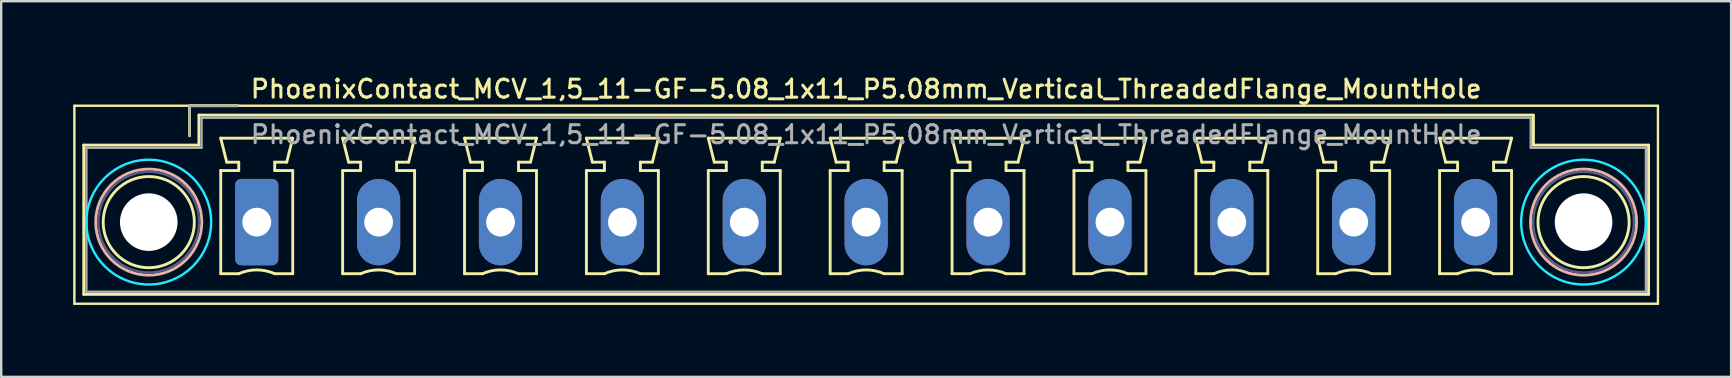
<source format=kicad_pcb>
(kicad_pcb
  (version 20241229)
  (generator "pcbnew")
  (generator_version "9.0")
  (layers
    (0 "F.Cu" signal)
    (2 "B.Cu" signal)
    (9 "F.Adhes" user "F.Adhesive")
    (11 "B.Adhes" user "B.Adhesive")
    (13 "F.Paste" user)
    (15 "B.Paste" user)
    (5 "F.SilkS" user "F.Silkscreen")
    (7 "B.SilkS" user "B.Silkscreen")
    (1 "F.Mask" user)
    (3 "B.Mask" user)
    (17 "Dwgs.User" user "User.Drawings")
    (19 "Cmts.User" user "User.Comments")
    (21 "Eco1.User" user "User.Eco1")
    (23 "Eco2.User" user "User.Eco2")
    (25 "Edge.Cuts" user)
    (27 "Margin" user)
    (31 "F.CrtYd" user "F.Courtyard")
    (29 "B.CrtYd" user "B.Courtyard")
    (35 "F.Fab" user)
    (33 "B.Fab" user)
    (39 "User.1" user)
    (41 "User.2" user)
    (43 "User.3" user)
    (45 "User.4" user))
  (footprint "PhoenixContact_MCV_1,5_11-GF-5.08_1x11_P5.08mm_Vertical_ThreadedFlange_MountHole"
    (layer "F.Cu")
    (at 7.65 6.208)
    (property "Reference" "PhoenixContact_MCV_1,5_11-GF-5.08_1x11_P5.08mm_Vertical_ThreadedFlange_MountHole" (at 25.4 -5.55 0) (layer "F.SilkS") (effects (font (size 0.75 0.75) (thickness 0.125))))
    (attr through_hole)
    (fp_line (start -7.6 -4.85) (end -7.6 3.4) (stroke (width 0.1) (type solid)) (layer "F.SilkS"))
    (fp_line (start -7.6 3.4) (end 58.4 3.4) (stroke (width 0.1) (type solid)) (layer "F.SilkS"))
    (fp_line (start -7.21 -3.21) (end -7.21 3.01) (stroke (width 0.12) (type solid)) (layer "F.SilkS"))
    (fp_line (start -7.21 3.01) (end 58.01 3.01) (stroke (width 0.12) (type solid)) (layer "F.SilkS"))
    (fp_line (start -2.8 -4.85) (end -0.8 -4.85) (stroke (width 0.12) (type solid)) (layer "F.SilkS"))
    (fp_line (start -2.8 -3.6) (end -2.8 -4.85) (stroke (width 0.12) (type solid)) (layer "F.SilkS"))
    (fp_line (start -2.41 -4.46) (end -2.41 -3.21) (stroke (width 0.12) (type solid)) (layer "F.SilkS"))
    (fp_line (start -2.41 -3.21) (end -7.21 -3.21) (stroke (width 0.12) (type solid)) (layer "F.SilkS"))
    (fp_line (start -1.5 -3.5) (end 1.5 -3.5) (stroke (width 0.12) (type solid)) (layer "F.SilkS"))
    (fp_line (start -1.5 -2.15) (end -0.75 -2.15) (stroke (width 0.12) (type solid)) (layer "F.SilkS"))
    (fp_line (start -1.5 2.15) (end -1.5 -2.15) (stroke (width 0.12) (type solid)) (layer "F.SilkS"))
    (fp_line (start -1.25 -2.5) (end -1.5 -3.5) (stroke (width 0.12) (type solid)) (layer "F.SilkS"))
    (fp_line (start -0.75 -2.5) (end -1.25 -2.5) (stroke (width 0.12) (type solid)) (layer "F.SilkS"))
    (fp_line (start -0.75 -2.15) (end -0.75 -2.5) (stroke (width 0.12) (type solid)) (layer "F.SilkS"))
    (fp_line (start -0.75 2.15) (end -1.5 2.15) (stroke (width 0.12) (type solid)) (layer "F.SilkS"))
    (fp_line (start 0.75 -2.5) (end 0.75 -2.15) (stroke (width 0.12) (type solid)) (layer "F.SilkS"))
    (fp_line (start 0.75 -2.15) (end 1.5 -2.15) (stroke (width 0.12) (type solid)) (layer "F.SilkS"))
    (fp_line (start 1.25 -2.5) (end 0.75 -2.5) (stroke (width 0.12) (type solid)) (layer "F.SilkS"))
    (fp_line (start 1.5 -3.5) (end 1.25 -2.5) (stroke (width 0.12) (type solid)) (layer "F.SilkS"))
    (fp_line (start 1.5 -2.15) (end 1.5 2.15) (stroke (width 0.12) (type solid)) (layer "F.SilkS"))
    (fp_line (start 1.5 2.15) (end 0.75 2.15) (stroke (width 0.12) (type solid)) (layer "F.SilkS"))
    (fp_line (start 3.58 -3.5) (end 6.58 -3.5) (stroke (width 0.12) (type solid)) (layer "F.SilkS"))
    (fp_line (start 3.58 -2.15) (end 4.33 -2.15) (stroke (width 0.12) (type solid)) (layer "F.SilkS"))
    (fp_line (start 3.58 2.15) (end 3.58 -2.15) (stroke (width 0.12) (type solid)) (layer "F.SilkS"))
    (fp_line (start 3.83 -2.5) (end 3.58 -3.5) (stroke (width 0.12) (type solid)) (layer "F.SilkS"))
    (fp_line (start 4.33 -2.5) (end 3.83 -2.5) (stroke (width 0.12) (type solid)) (layer "F.SilkS"))
    (fp_line (start 4.33 -2.15) (end 4.33 -2.5) (stroke (width 0.12) (type solid)) (layer "F.SilkS"))
    (fp_line (start 4.33 2.15) (end 3.58 2.15) (stroke (width 0.12) (type solid)) (layer "F.SilkS"))
    (fp_line (start 5.83 -2.5) (end 5.83 -2.15) (stroke (width 0.12) (type solid)) (layer "F.SilkS"))
    (fp_line (start 5.83 -2.15) (end 6.58 -2.15) (stroke (width 0.12) (type solid)) (layer "F.SilkS"))
    (fp_line (start 6.33 -2.5) (end 5.83 -2.5) (stroke (width 0.12) (type solid)) (layer "F.SilkS"))
    (fp_line (start 6.58 -3.5) (end 6.33 -2.5) (stroke (width 0.12) (type solid)) (layer "F.SilkS"))
    (fp_line (start 6.58 -2.15) (end 6.58 2.15) (stroke (width 0.12) (type solid)) (layer "F.SilkS"))
    (fp_line (start 6.58 2.15) (end 5.83 2.15) (stroke (width 0.12) (type solid)) (layer "F.SilkS"))
    (fp_line (start 8.66 -3.5) (end 11.66 -3.5) (stroke (width 0.12) (type solid)) (layer "F.SilkS"))
    (fp_line (start 8.66 -2.15) (end 9.41 -2.15) (stroke (width 0.12) (type solid)) (layer "F.SilkS"))
    (fp_line (start 8.66 2.15) (end 8.66 -2.15) (stroke (width 0.12) (type solid)) (layer "F.SilkS"))
    (fp_line (start 8.91 -2.5) (end 8.66 -3.5) (stroke (width 0.12) (type solid)) (layer "F.SilkS"))
    (fp_line (start 9.41 -2.5) (end 8.91 -2.5) (stroke (width 0.12) (type solid)) (layer "F.SilkS"))
    (fp_line (start 9.41 -2.15) (end 9.41 -2.5) (stroke (width 0.12) (type solid)) (layer "F.SilkS"))
    (fp_line (start 9.41 2.15) (end 8.66 2.15) (stroke (width 0.12) (type solid)) (layer "F.SilkS"))
    (fp_line (start 10.91 -2.5) (end 10.91 -2.15) (stroke (width 0.12) (type solid)) (layer "F.SilkS"))
    (fp_line (start 10.91 -2.15) (end 11.66 -2.15) (stroke (width 0.12) (type solid)) (layer "F.SilkS"))
    (fp_line (start 11.41 -2.5) (end 10.91 -2.5) (stroke (width 0.12) (type solid)) (layer "F.SilkS"))
    (fp_line (start 11.66 -3.5) (end 11.41 -2.5) (stroke (width 0.12) (type solid)) (layer "F.SilkS"))
    (fp_line (start 11.66 -2.15) (end 11.66 2.15) (stroke (width 0.12) (type solid)) (layer "F.SilkS"))
    (fp_line (start 11.66 2.15) (end 10.91 2.15) (stroke (width 0.12) (type solid)) (layer "F.SilkS"))
    (fp_line (start 13.74 -3.5) (end 16.74 -3.5) (stroke (width 0.12) (type solid)) (layer "F.SilkS"))
    (fp_line (start 13.74 -2.15) (end 14.49 -2.15) (stroke (width 0.12) (type solid)) (layer "F.SilkS"))
    (fp_line (start 13.74 2.15) (end 13.74 -2.15) (stroke (width 0.12) (type solid)) (layer "F.SilkS"))
    (fp_line (start 13.99 -2.5) (end 13.74 -3.5) (stroke (width 0.12) (type solid)) (layer "F.SilkS"))
    (fp_line (start 14.49 -2.5) (end 13.99 -2.5) (stroke (width 0.12) (type solid)) (layer "F.SilkS"))
    (fp_line (start 14.49 -2.15) (end 14.49 -2.5) (stroke (width 0.12) (type solid)) (layer "F.SilkS"))
    (fp_line (start 14.49 2.15) (end 13.74 2.15) (stroke (width 0.12) (type solid)) (layer "F.SilkS"))
    (fp_line (start 15.99 -2.5) (end 15.99 -2.15) (stroke (width 0.12) (type solid)) (layer "F.SilkS"))
    (fp_line (start 15.99 -2.15) (end 16.74 -2.15) (stroke (width 0.12) (type solid)) (layer "F.SilkS"))
    (fp_line (start 16.49 -2.5) (end 15.99 -2.5) (stroke (width 0.12) (type solid)) (layer "F.SilkS"))
    (fp_line (start 16.74 -3.5) (end 16.49 -2.5) (stroke (width 0.12) (type solid)) (layer "F.SilkS"))
    (fp_line (start 16.74 -2.15) (end 16.74 2.15) (stroke (width 0.12) (type solid)) (layer "F.SilkS"))
    (fp_line (start 16.74 2.15) (end 15.99 2.15) (stroke (width 0.12) (type solid)) (layer "F.SilkS"))
    (fp_line (start 18.82 -3.5) (end 21.82 -3.5) (stroke (width 0.12) (type solid)) (layer "F.SilkS"))
    (fp_line (start 18.82 -2.15) (end 19.57 -2.15) (stroke (width 0.12) (type solid)) (layer "F.SilkS"))
    (fp_line (start 18.82 2.15) (end 18.82 -2.15) (stroke (width 0.12) (type solid)) (layer "F.SilkS"))
    (fp_line (start 19.07 -2.5) (end 18.82 -3.5) (stroke (width 0.12) (type solid)) (layer "F.SilkS"))
    (fp_line (start 19.57 -2.5) (end 19.07 -2.5) (stroke (width 0.12) (type solid)) (layer "F.SilkS"))
    (fp_line (start 19.57 -2.15) (end 19.57 -2.5) (stroke (width 0.12) (type solid)) (layer "F.SilkS"))
    (fp_line (start 19.57 2.15) (end 18.82 2.15) (stroke (width 0.12) (type solid)) (layer "F.SilkS"))
    (fp_line (start 21.07 -2.5) (end 21.07 -2.15) (stroke (width 0.12) (type solid)) (layer "F.SilkS"))
    (fp_line (start 21.07 -2.15) (end 21.82 -2.15) (stroke (width 0.12) (type solid)) (layer "F.SilkS"))
    (fp_line (start 21.57 -2.5) (end 21.07 -2.5) (stroke (width 0.12) (type solid)) (layer "F.SilkS"))
    (fp_line (start 21.82 -3.5) (end 21.57 -2.5) (stroke (width 0.12) (type solid)) (layer "F.SilkS"))
    (fp_line (start 21.82 -2.15) (end 21.82 2.15) (stroke (width 0.12) (type solid)) (layer "F.SilkS"))
    (fp_line (start 21.82 2.15) (end 21.07 2.15) (stroke (width 0.12) (type solid)) (layer "F.SilkS"))
    (fp_line (start 23.9 -3.5) (end 26.9 -3.5) (stroke (width 0.12) (type solid)) (layer "F.SilkS"))
    (fp_line (start 23.9 -2.15) (end 24.65 -2.15) (stroke (width 0.12) (type solid)) (layer "F.SilkS"))
    (fp_line (start 23.9 2.15) (end 23.9 -2.15) (stroke (width 0.12) (type solid)) (layer "F.SilkS"))
    (fp_line (start 24.15 -2.5) (end 23.9 -3.5) (stroke (width 0.12) (type solid)) (layer "F.SilkS"))
    (fp_line (start 24.65 -2.5) (end 24.15 -2.5) (stroke (width 0.12) (type solid)) (layer "F.SilkS"))
    (fp_line (start 24.65 -2.15) (end 24.65 -2.5) (stroke (width 0.12) (type solid)) (layer "F.SilkS"))
    (fp_line (start 24.65 2.15) (end 23.9 2.15) (stroke (width 0.12) (type solid)) (layer "F.SilkS"))
    (fp_line (start 26.15 -2.5) (end 26.15 -2.15) (stroke (width 0.12) (type solid)) (layer "F.SilkS"))
    (fp_line (start 26.15 -2.15) (end 26.9 -2.15) (stroke (width 0.12) (type solid)) (layer "F.SilkS"))
    (fp_line (start 26.65 -2.5) (end 26.15 -2.5) (stroke (width 0.12) (type solid)) (layer "F.SilkS"))
    (fp_line (start 26.9 -3.5) (end 26.65 -2.5) (stroke (width 0.12) (type solid)) (layer "F.SilkS"))
    (fp_line (start 26.9 -2.15) (end 26.9 2.15) (stroke (width 0.12) (type solid)) (layer "F.SilkS"))
    (fp_line (start 26.9 2.15) (end 26.15 2.15) (stroke (width 0.12) (type solid)) (layer "F.SilkS"))
    (fp_line (start 28.98 -3.5) (end 31.98 -3.5) (stroke (width 0.12) (type solid)) (layer "F.SilkS"))
    (fp_line (start 28.98 -2.15) (end 29.73 -2.15) (stroke (width 0.12) (type solid)) (layer "F.SilkS"))
    (fp_line (start 28.98 2.15) (end 28.98 -2.15) (stroke (width 0.12) (type solid)) (layer "F.SilkS"))
    (fp_line (start 29.23 -2.5) (end 28.98 -3.5) (stroke (width 0.12) (type solid)) (layer "F.SilkS"))
    (fp_line (start 29.73 -2.5) (end 29.23 -2.5) (stroke (width 0.12) (type solid)) (layer "F.SilkS"))
    (fp_line (start 29.73 -2.15) (end 29.73 -2.5) (stroke (width 0.12) (type solid)) (layer "F.SilkS"))
    (fp_line (start 29.73 2.15) (end 28.98 2.15) (stroke (width 0.12) (type solid)) (layer "F.SilkS"))
    (fp_line (start 31.23 -2.5) (end 31.23 -2.15) (stroke (width 0.12) (type solid)) (layer "F.SilkS"))
    (fp_line (start 31.23 -2.15) (end 31.98 -2.15) (stroke (width 0.12) (type solid)) (layer "F.SilkS"))
    (fp_line (start 31.73 -2.5) (end 31.23 -2.5) (stroke (width 0.12) (type solid)) (layer "F.SilkS"))
    (fp_line (start 31.98 -3.5) (end 31.73 -2.5) (stroke (width 0.12) (type solid)) (layer "F.SilkS"))
    (fp_line (start 31.98 -2.15) (end 31.98 2.15) (stroke (width 0.12) (type solid)) (layer "F.SilkS"))
    (fp_line (start 31.98 2.15) (end 31.23 2.15) (stroke (width 0.12) (type solid)) (layer "F.SilkS"))
    (fp_line (start 34.06 -3.5) (end 37.06 -3.5) (stroke (width 0.12) (type solid)) (layer "F.SilkS"))
    (fp_line (start 34.06 -2.15) (end 34.81 -2.15) (stroke (width 0.12) (type solid)) (layer "F.SilkS"))
    (fp_line (start 34.06 2.15) (end 34.06 -2.15) (stroke (width 0.12) (type solid)) (layer "F.SilkS"))
    (fp_line (start 34.31 -2.5) (end 34.06 -3.5) (stroke (width 0.12) (type solid)) (layer "F.SilkS"))
    (fp_line (start 34.81 -2.5) (end 34.31 -2.5) (stroke (width 0.12) (type solid)) (layer "F.SilkS"))
    (fp_line (start 34.81 -2.15) (end 34.81 -2.5) (stroke (width 0.12) (type solid)) (layer "F.SilkS"))
    (fp_line (start 34.81 2.15) (end 34.06 2.15) (stroke (width 0.12) (type solid)) (layer "F.SilkS"))
    (fp_line (start 36.31 -2.5) (end 36.31 -2.15) (stroke (width 0.12) (type solid)) (layer "F.SilkS"))
    (fp_line (start 36.31 -2.15) (end 37.06 -2.15) (stroke (width 0.12) (type solid)) (layer "F.SilkS"))
    (fp_line (start 36.81 -2.5) (end 36.31 -2.5) (stroke (width 0.12) (type solid)) (layer "F.SilkS"))
    (fp_line (start 37.06 -3.5) (end 36.81 -2.5) (stroke (width 0.12) (type solid)) (layer "F.SilkS"))
    (fp_line (start 37.06 -2.15) (end 37.06 2.15) (stroke (width 0.12) (type solid)) (layer "F.SilkS"))
    (fp_line (start 37.06 2.15) (end 36.31 2.15) (stroke (width 0.12) (type solid)) (layer "F.SilkS"))
    (fp_line (start 39.14 -3.5) (end 42.14 -3.5) (stroke (width 0.12) (type solid)) (layer "F.SilkS"))
    (fp_line (start 39.14 -2.15) (end 39.89 -2.15) (stroke (width 0.12) (type solid)) (layer "F.SilkS"))
    (fp_line (start 39.14 2.15) (end 39.14 -2.15) (stroke (width 0.12) (type solid)) (layer "F.SilkS"))
    (fp_line (start 39.39 -2.5) (end 39.14 -3.5) (stroke (width 0.12) (type solid)) (layer "F.SilkS"))
    (fp_line (start 39.89 -2.5) (end 39.39 -2.5) (stroke (width 0.12) (type solid)) (layer "F.SilkS"))
    (fp_line (start 39.89 -2.15) (end 39.89 -2.5) (stroke (width 0.12) (type solid)) (layer "F.SilkS"))
    (fp_line (start 39.89 2.15) (end 39.14 2.15) (stroke (width 0.12) (type solid)) (layer "F.SilkS"))
    (fp_line (start 41.39 -2.5) (end 41.39 -2.15) (stroke (width 0.12) (type solid)) (layer "F.SilkS"))
    (fp_line (start 41.39 -2.15) (end 42.14 -2.15) (stroke (width 0.12) (type solid)) (layer "F.SilkS"))
    (fp_line (start 41.89 -2.5) (end 41.39 -2.5) (stroke (width 0.12) (type solid)) (layer "F.SilkS"))
    (fp_line (start 42.14 -3.5) (end 41.89 -2.5) (stroke (width 0.12) (type solid)) (layer "F.SilkS"))
    (fp_line (start 42.14 -2.15) (end 42.14 2.15) (stroke (width 0.12) (type solid)) (layer "F.SilkS"))
    (fp_line (start 42.14 2.15) (end 41.39 2.15) (stroke (width 0.12) (type solid)) (layer "F.SilkS"))
    (fp_line (start 44.22 -3.5) (end 47.22 -3.5) (stroke (width 0.12) (type solid)) (layer "F.SilkS"))
    (fp_line (start 44.22 -2.15) (end 44.97 -2.15) (stroke (width 0.12) (type solid)) (layer "F.SilkS"))
    (fp_line (start 44.22 2.15) (end 44.22 -2.15) (stroke (width 0.12) (type solid)) (layer "F.SilkS"))
    (fp_line (start 44.47 -2.5) (end 44.22 -3.5) (stroke (width 0.12) (type solid)) (layer "F.SilkS"))
    (fp_line (start 44.97 -2.5) (end 44.47 -2.5) (stroke (width 0.12) (type solid)) (layer "F.SilkS"))
    (fp_line (start 44.97 -2.15) (end 44.97 -2.5) (stroke (width 0.12) (type solid)) (layer "F.SilkS"))
    (fp_line (start 44.97 2.15) (end 44.22 2.15) (stroke (width 0.12) (type solid)) (layer "F.SilkS"))
    (fp_line (start 46.47 -2.5) (end 46.47 -2.15) (stroke (width 0.12) (type solid)) (layer "F.SilkS"))
    (fp_line (start 46.47 -2.15) (end 47.22 -2.15) (stroke (width 0.12) (type solid)) (layer "F.SilkS"))
    (fp_line (start 46.97 -2.5) (end 46.47 -2.5) (stroke (width 0.12) (type solid)) (layer "F.SilkS"))
    (fp_line (start 47.22 -3.5) (end 46.97 -2.5) (stroke (width 0.12) (type solid)) (layer "F.SilkS"))
    (fp_line (start 47.22 -2.15) (end 47.22 2.15) (stroke (width 0.12) (type solid)) (layer "F.SilkS"))
    (fp_line (start 47.22 2.15) (end 46.47 2.15) (stroke (width 0.12) (type solid)) (layer "F.SilkS"))
    (fp_line (start 49.3 -3.5) (end 52.3 -3.5) (stroke (width 0.12) (type solid)) (layer "F.SilkS"))
    (fp_line (start 49.3 -2.15) (end 50.05 -2.15) (stroke (width 0.12) (type solid)) (layer "F.SilkS"))
    (fp_line (start 49.3 2.15) (end 49.3 -2.15) (stroke (width 0.12) (type solid)) (layer "F.SilkS"))
    (fp_line (start 49.55 -2.5) (end 49.3 -3.5) (stroke (width 0.12) (type solid)) (layer "F.SilkS"))
    (fp_line (start 50.05 -2.5) (end 49.55 -2.5) (stroke (width 0.12) (type solid)) (layer "F.SilkS"))
    (fp_line (start 50.05 -2.15) (end 50.05 -2.5) (stroke (width 0.12) (type solid)) (layer "F.SilkS"))
    (fp_line (start 50.05 2.15) (end 49.3 2.15) (stroke (width 0.12) (type solid)) (layer "F.SilkS"))
    (fp_line (start 51.55 -2.5) (end 51.55 -2.15) (stroke (width 0.12) (type solid)) (layer "F.SilkS"))
    (fp_line (start 51.55 -2.15) (end 52.3 -2.15) (stroke (width 0.12) (type solid)) (layer "F.SilkS"))
    (fp_line (start 52.05 -2.5) (end 51.55 -2.5) (stroke (width 0.12) (type solid)) (layer "F.SilkS"))
    (fp_line (start 52.3 -3.5) (end 52.05 -2.5) (stroke (width 0.12) (type solid)) (layer "F.SilkS"))
    (fp_line (start 52.3 -2.15) (end 52.3 2.15) (stroke (width 0.12) (type solid)) (layer "F.SilkS"))
    (fp_line (start 52.3 2.15) (end 51.55 2.15) (stroke (width 0.12) (type solid)) (layer "F.SilkS"))
    (fp_line (start 53.21 -4.46) (end -2.41 -4.46) (stroke (width 0.12) (type solid)) (layer "F.SilkS"))
    (fp_line (start 53.21 -3.21) (end 53.21 -4.46) (stroke (width 0.12) (type solid)) (layer "F.SilkS"))
    (fp_line (start 58.01 -3.21) (end 53.21 -3.21) (stroke (width 0.12) (type solid)) (layer "F.SilkS"))
    (fp_line (start 58.01 3.01) (end 58.01 -3.21) (stroke (width 0.12) (type solid)) (layer "F.SilkS"))
    (fp_line (start 58.4 -4.85) (end -7.6 -4.85) (stroke (width 0.1) (type solid)) (layer "F.SilkS"))
    (fp_line (start 58.4 3.4) (end 58.4 -4.85) (stroke (width 0.1) (type solid)) (layer "F.SilkS"))
    (fp_arc (start -0.75 2.15) (mid -0.000193 1.99191) (end 0.749647 2.149844) (stroke (width 0.12) (type solid)) (layer "F.SilkS"))
    (fp_arc (start 4.33 2.15) (mid 5.079807 1.99191) (end 5.829647 2.149844) (stroke (width 0.12) (type solid)) (layer "F.SilkS"))
    (fp_arc (start 9.41 2.15) (mid 10.159807 1.99191) (end 10.909647 2.149844) (stroke (width 0.12) (type solid)) (layer "F.SilkS"))
    (fp_arc (start 14.49 2.15) (mid 15.239807 1.99191) (end 15.989647 2.149844) (stroke (width 0.12) (type solid)) (layer "F.SilkS"))
    (fp_arc (start 19.57 2.15) (mid 20.319807 1.99191) (end 21.069647 2.149844) (stroke (width 0.12) (type solid)) (layer "F.SilkS"))
    (fp_arc (start 24.65 2.15) (mid 25.399807 1.99191) (end 26.149647 2.149844) (stroke (width 0.12) (type solid)) (layer "F.SilkS"))
    (fp_arc (start 29.73 2.15) (mid 30.479807 1.99191) (end 31.229647 2.149844) (stroke (width 0.12) (type solid)) (layer "F.SilkS"))
    (fp_arc (start 34.81 2.15) (mid 35.559807 1.99191) (end 36.309647 2.149844) (stroke (width 0.12) (type solid)) (layer "F.SilkS"))
    (fp_arc (start 39.89 2.15) (mid 40.639807 1.99191) (end 41.389647 2.149844) (stroke (width 0.12) (type solid)) (layer "F.SilkS"))
    (fp_arc (start 44.97 2.15) (mid 45.719807 1.99191) (end 46.469647 2.149844) (stroke (width 0.12) (type solid)) (layer "F.SilkS"))
    (fp_arc (start 50.05 2.15) (mid 50.799807 1.99191) (end 51.549647 2.149844) (stroke (width 0.12) (type solid)) (layer "F.SilkS"))
    (fp_circle (center -4.5 0) (end -2.6 0) (stroke (width 0.12) (type solid)) (fill no) (layer "F.SilkS"))
    (fp_circle (center 55.3 0) (end 57.2 0) (stroke (width 0.12) (type solid)) (fill no) (layer "F.SilkS"))
    (fp_circle (center -4.5 0) (end -2.29 0) (stroke (width 0.12) (type solid)) (fill no) (layer "B.SilkS"))
    (fp_circle (center 55.3 0) (end 57.51 0) (stroke (width 0.12) (type solid)) (fill no) (layer "B.SilkS"))
    (fp_circle (center -4.5 0) (end -1.9 0) (stroke (width 0.1) (type solid)) (fill no) (layer "B.CrtYd"))
    (fp_circle (center 55.3 0) (end 57.9 0) (stroke (width 0.1) (type solid)) (fill no) (layer "B.CrtYd"))
    (fp_circle (center -4.5 0) (end -2.4 0) (stroke (width 0.1) (type solid)) (fill no) (layer "B.Fab"))
    (fp_circle (center 55.3 0) (end 57.4 0) (stroke (width 0.1) (type solid)) (fill no) (layer "B.Fab"))
    (fp_line (start -7.1 -3.1) (end -7.1 2.9) (stroke (width 0.1) (type solid)) (layer "F.Fab"))
    (fp_line (start -7.1 2.9) (end 57.9 2.9) (stroke (width 0.1) (type solid)) (layer "F.Fab"))
    (fp_line (start -2.8 -4.85) (end -0.8 -4.85) (stroke (width 0.1) (type solid)) (layer "F.Fab"))
    (fp_line (start -2.8 -3.6) (end -2.8 -4.85) (stroke (width 0.1) (type solid)) (layer "F.Fab"))
    (fp_line (start -2.3 -4.35) (end -2.3 -3.1) (stroke (width 0.1) (type solid)) (layer "F.Fab"))
    (fp_line (start -2.3 -3.1) (end -7.1 -3.1) (stroke (width 0.1) (type solid)) (layer "F.Fab"))
    (fp_line (start 53.1 -4.35) (end -2.3 -4.35) (stroke (width 0.1) (type solid)) (layer "F.Fab"))
    (fp_line (start 53.1 -3.1) (end 53.1 -4.35) (stroke (width 0.1) (type solid)) (layer "F.Fab"))
    (fp_line (start 57.9 -3.1) (end 53.1 -3.1) (stroke (width 0.1) (type solid)) (layer "F.Fab"))
    (fp_line (start 57.9 2.9) (end 57.9 -3.1) (stroke (width 0.1) (type solid)) (layer "F.Fab"))
    (fp_text user "${REFERENCE}" (at 25.4 -3.65 0) (layer "F.Fab") (effects (font (size 0.75 0.75) (thickness 0.125))))
    (pad "" np_thru_hole circle (at -4.5 0) (size 2.4 2.4) (drill 2.4) (layers "*.Cu" "*.Mask"))
    (pad "" np_thru_hole circle (at 55.3 0) (size 2.4 2.4) (drill 2.4) (layers "*.Cu" "*.Mask"))
    (pad "1" thru_hole roundrect (at 0 0) (size 1.8 3.6) (drill 1.2) (layers "*.Cu" "*.Mask") (roundrect_rratio 0.139))
    (pad "2" thru_hole oval (at 5.08 0) (size 1.8 3.6) (drill 1.2) (layers "*.Cu" "*.Mask"))
    (pad "3" thru_hole oval (at 10.16 0) (size 1.8 3.6) (drill 1.2) (layers "*.Cu" "*.Mask"))
    (pad "4" thru_hole oval (at 15.24 0) (size 1.8 3.6) (drill 1.2) (layers "*.Cu" "*.Mask"))
    (pad "5" thru_hole oval (at 20.32 0) (size 1.8 3.6) (drill 1.2) (layers "*.Cu" "*.Mask"))
    (pad "6" thru_hole oval (at 25.4 0) (size 1.8 3.6) (drill 1.2) (layers "*.Cu" "*.Mask"))
    (pad "7" thru_hole oval (at 30.48 0) (size 1.8 3.6) (drill 1.2) (layers "*.Cu" "*.Mask"))
    (pad "8" thru_hole oval (at 35.56 0) (size 1.8 3.6) (drill 1.2) (layers "*.Cu" "*.Mask"))
    (pad "9" thru_hole oval (at 40.64 0) (size 1.8 3.6) (drill 1.2) (layers "*.Cu" "*.Mask"))
    (pad "10" thru_hole oval (at 45.72 0) (size 1.8 3.6) (drill 1.2) (layers "*.Cu" "*.Mask"))
    (pad "11" thru_hole oval (at 50.8 0) (size 1.8 3.6) (drill 1.2) (layers "*.Cu" "*.Mask")))
  (gr_rect
    (start -3 -3)
    (end 69.1 12.658)
    (stroke (width 0.1) (type default))
    (fill no)
    (layer "Edge.Cuts")))
</source>
